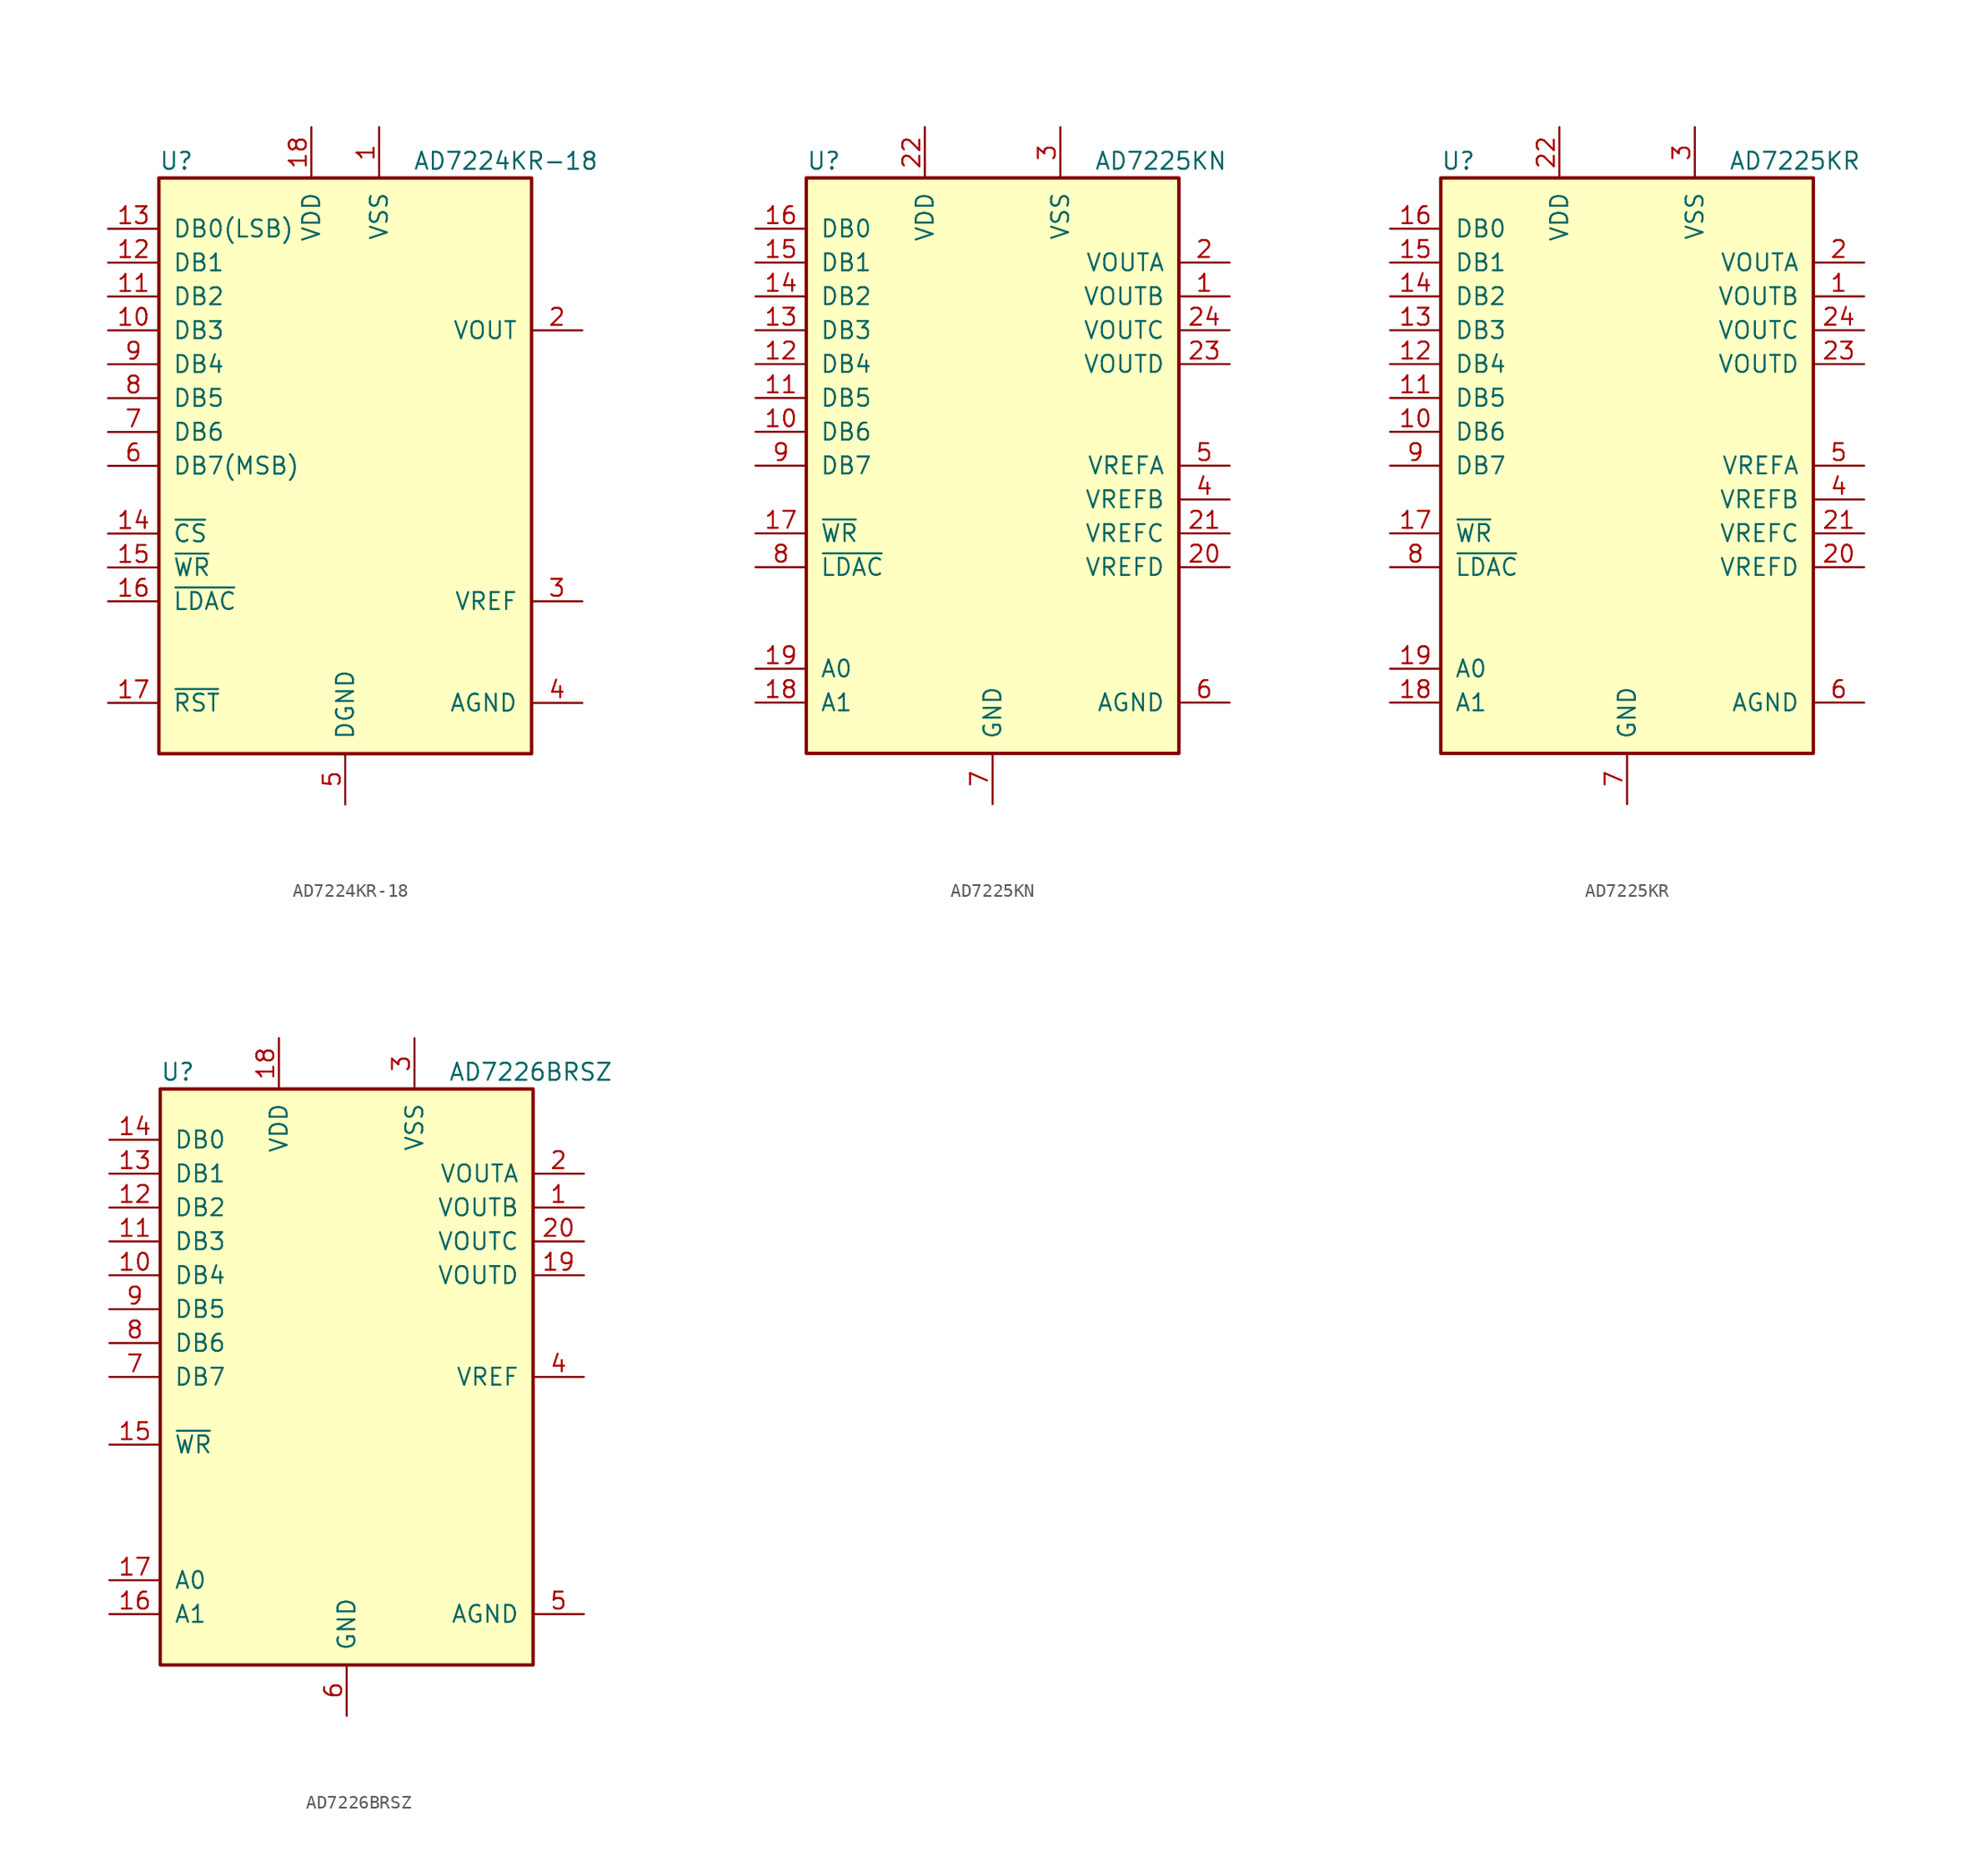
<source format=kicad_sym>
(kicad_symbol_lib
  (version 20211014)
  (generator kicad_symbol_editor)
  (symbol "AD7224KR-18"
    (pin_names
      (offset 1.016))
    (property "Reference" "U"
      (at -13.97 22.86 0)
      (effects (font (size 1.27 1.27)) (justify left)))
    (property "Value" "AD7224KR-18"
      (at 5.08 22.86 0)
      (effects (font (size 1.27 1.27)) (justify left)))
    (symbol "AD7224KR-18_1_1"
      (rectangle (start -13.97 -21.59) (end 13.97 21.59) (stroke (width 0.254) (type default) (color 0 0 0 0)) (fill (type background)))
      (pin power_in line (at 2.54 25.4 270) (length 3.81) (name "VSS" (effects (font (size 1.27 1.27)))) (number "1" (effects (font (size 1.27 1.27)))))
      (pin input line (at -17.78 10.16 0) (length 3.81) (name "DB3" (effects (font (size 1.27 1.27)))) (number "10" (effects (font (size 1.27 1.27)))))
      (pin input line (at -17.78 12.7 0) (length 3.81) (name "DB2" (effects (font (size 1.27 1.27)))) (number "11" (effects (font (size 1.27 1.27)))))
      (pin input line (at -17.78 15.24 0) (length 3.81) (name "DB1" (effects (font (size 1.27 1.27)))) (number "12" (effects (font (size 1.27 1.27)))))
      (pin input line (at -17.78 17.78 0) (length 3.81) (name "DB0(LSB)" (effects (font (size 1.27 1.27)))) (number "13" (effects (font (size 1.27 1.27)))))
      (pin input line (at -17.78 -5.08 0) (length 3.81) (name "~{CS}" (effects (font (size 1.27 1.27)))) (number "14" (effects (font (size 1.27 1.27)))))
      (pin input line (at -17.78 -7.62 0) (length 3.81) (name "~{WR}" (effects (font (size 1.27 1.27)))) (number "15" (effects (font (size 1.27 1.27)))))
      (pin input line (at -17.78 -10.16 0) (length 3.81) (name "~{LDAC}" (effects (font (size 1.27 1.27)))) (number "16" (effects (font (size 1.27 1.27)))))
      (pin input line (at -17.78 -17.78 0) (length 3.81) (name "~{RST}" (effects (font (size 1.27 1.27)))) (number "17" (effects (font (size 1.27 1.27)))))
      (pin power_in line (at -2.54 25.4 270) (length 3.81) (name "VDD" (effects (font (size 1.27 1.27)))) (number "18" (effects (font (size 1.27 1.27)))))
      (pin output line (at 17.78 10.16 180) (length 3.81) (name "VOUT" (effects (font (size 1.27 1.27)))) (number "2" (effects (font (size 1.27 1.27)))))
      (pin passive line (at 17.78 -10.16 180) (length 3.81) (name "VREF" (effects (font (size 1.27 1.27)))) (number "3" (effects (font (size 1.27 1.27)))))
      (pin passive line (at 17.78 -17.78 180) (length 3.81) (name "AGND" (effects (font (size 1.27 1.27)))) (number "4" (effects (font (size 1.27 1.27)))))
      (pin power_in line (at 0 -25.4 90) (length 3.81) (name "DGND" (effects (font (size 1.27 1.27)))) (number "5" (effects (font (size 1.27 1.27)))))
      (pin input line (at -17.78 0 0) (length 3.81) (name "DB7(MSB)" (effects (font (size 1.27 1.27)))) (number "6" (effects (font (size 1.27 1.27)))))
      (pin input line (at -17.78 2.54 0) (length 3.81) (name "DB6" (effects (font (size 1.27 1.27)))) (number "7" (effects (font (size 1.27 1.27)))))
      (pin input line (at -17.78 5.08 0) (length 3.81) (name "DB5" (effects (font (size 1.27 1.27)))) (number "8" (effects (font (size 1.27 1.27)))))
      (pin input line (at -17.78 7.62 0) (length 3.81) (name "DB4" (effects (font (size 1.27 1.27)))) (number "9" (effects (font (size 1.27 1.27)))))))
  (symbol "AD7225KN"
    (pin_names
      (offset 1.016))
    (property "Reference" "U"
      (at -13.97 22.86 0)
      (effects (font (size 1.27 1.27)) (justify left)))
    (property "Value" "AD7225KN"
      (at 7.62 22.86 0)
      (effects (font (size 1.27 1.27)) (justify left)))
    (symbol "AD7225KN_0_1"
      (rectangle (start -13.97 -21.59) (end 13.97 21.59) (stroke (width 0.254) (type default) (color 0 0 0 0)) (fill (type background))))
    (symbol "AD7225KN_1_1"
      (pin output line (at 17.78 12.7 180) (length 3.81) (name "VOUTB" (effects (font (size 1.27 1.27)))) (number "1" (effects (font (size 1.27 1.27)))))
      (pin input line (at -17.78 2.54 0) (length 3.81) (name "DB6" (effects (font (size 1.27 1.27)))) (number "10" (effects (font (size 1.27 1.27)))))
      (pin input line (at -17.78 5.08 0) (length 3.81) (name "DB5" (effects (font (size 1.27 1.27)))) (number "11" (effects (font (size 1.27 1.27)))))
      (pin input line (at -17.78 7.62 0) (length 3.81) (name "DB4" (effects (font (size 1.27 1.27)))) (number "12" (effects (font (size 1.27 1.27)))))
      (pin input line (at -17.78 10.16 0) (length 3.81) (name "DB3" (effects (font (size 1.27 1.27)))) (number "13" (effects (font (size 1.27 1.27)))))
      (pin input line (at -17.78 12.7 0) (length 3.81) (name "DB2" (effects (font (size 1.27 1.27)))) (number "14" (effects (font (size 1.27 1.27)))))
      (pin input line (at -17.78 15.24 0) (length 3.81) (name "DB1" (effects (font (size 1.27 1.27)))) (number "15" (effects (font (size 1.27 1.27)))))
      (pin input line (at -17.78 17.78 0) (length 3.81) (name "DB0" (effects (font (size 1.27 1.27)))) (number "16" (effects (font (size 1.27 1.27)))))
      (pin input line (at -17.78 -5.08 0) (length 3.81) (name "~{WR}" (effects (font (size 1.27 1.27)))) (number "17" (effects (font (size 1.27 1.27)))))
      (pin input line (at -17.78 -17.78 0) (length 3.81) (name "A1" (effects (font (size 1.27 1.27)))) (number "18" (effects (font (size 1.27 1.27)))))
      (pin input line (at -17.78 -15.24 0) (length 3.81) (name "A0" (effects (font (size 1.27 1.27)))) (number "19" (effects (font (size 1.27 1.27)))))
      (pin output line (at 17.78 15.24 180) (length 3.81) (name "VOUTA" (effects (font (size 1.27 1.27)))) (number "2" (effects (font (size 1.27 1.27)))))
      (pin input line (at 17.78 -7.62 180) (length 3.81) (name "VREFD" (effects (font (size 1.27 1.27)))) (number "20" (effects (font (size 1.27 1.27)))))
      (pin input line (at 17.78 -5.08 180) (length 3.81) (name "VREFC" (effects (font (size 1.27 1.27)))) (number "21" (effects (font (size 1.27 1.27)))))
      (pin power_in line (at -5.08 25.4 270) (length 3.81) (name "VDD" (effects (font (size 1.27 1.27)))) (number "22" (effects (font (size 1.27 1.27)))))
      (pin output line (at 17.78 7.62 180) (length 3.81) (name "VOUTD" (effects (font (size 1.27 1.27)))) (number "23" (effects (font (size 1.27 1.27)))))
      (pin output line (at 17.78 10.16 180) (length 3.81) (name "VOUTC" (effects (font (size 1.27 1.27)))) (number "24" (effects (font (size 1.27 1.27)))))
      (pin power_in line (at 5.08 25.4 270) (length 3.81) (name "VSS" (effects (font (size 1.27 1.27)))) (number "3" (effects (font (size 1.27 1.27)))))
      (pin input line (at 17.78 -2.54 180) (length 3.81) (name "VREFB" (effects (font (size 1.27 1.27)))) (number "4" (effects (font (size 1.27 1.27)))))
      (pin input line (at 17.78 0 180) (length 3.81) (name "VREFA" (effects (font (size 1.27 1.27)))) (number "5" (effects (font (size 1.27 1.27)))))
      (pin input line (at 17.78 -17.78 180) (length 3.81) (name "AGND" (effects (font (size 1.27 1.27)))) (number "6" (effects (font (size 1.27 1.27)))))
      (pin power_in line (at 0 -25.4 90) (length 3.81) (name "GND" (effects (font (size 1.27 1.27)))) (number "7" (effects (font (size 1.27 1.27)))))
      (pin input line (at -17.78 -7.62 0) (length 3.81) (name "~{LDAC}" (effects (font (size 1.27 1.27)))) (number "8" (effects (font (size 1.27 1.27)))))
      (pin input line (at -17.78 0 0) (length 3.81) (name "DB7" (effects (font (size 1.27 1.27)))) (number "9" (effects (font (size 1.27 1.27)))))))
  (symbol "AD7225KR"
    (pin_names
      (offset 1.016))
    (property "Reference" "U"
      (at -13.97 22.86 0)
      (effects (font (size 1.27 1.27)) (justify left)))
    (property "Value" "AD7225KR"
      (at 7.62 22.86 0)
      (effects (font (size 1.27 1.27)) (justify left)))
    (symbol "AD7225KR_0_1"
      (rectangle (start -13.97 -21.59) (end 13.97 21.59) (stroke (width 0.254) (type default) (color 0 0 0 0)) (fill (type background))))
    (symbol "AD7225KR_1_1"
      (pin output line (at 17.78 12.7 180) (length 3.81) (name "VOUTB" (effects (font (size 1.27 1.27)))) (number "1" (effects (font (size 1.27 1.27)))))
      (pin input line (at -17.78 2.54 0) (length 3.81) (name "DB6" (effects (font (size 1.27 1.27)))) (number "10" (effects (font (size 1.27 1.27)))))
      (pin input line (at -17.78 5.08 0) (length 3.81) (name "DB5" (effects (font (size 1.27 1.27)))) (number "11" (effects (font (size 1.27 1.27)))))
      (pin input line (at -17.78 7.62 0) (length 3.81) (name "DB4" (effects (font (size 1.27 1.27)))) (number "12" (effects (font (size 1.27 1.27)))))
      (pin input line (at -17.78 10.16 0) (length 3.81) (name "DB3" (effects (font (size 1.27 1.27)))) (number "13" (effects (font (size 1.27 1.27)))))
      (pin input line (at -17.78 12.7 0) (length 3.81) (name "DB2" (effects (font (size 1.27 1.27)))) (number "14" (effects (font (size 1.27 1.27)))))
      (pin input line (at -17.78 15.24 0) (length 3.81) (name "DB1" (effects (font (size 1.27 1.27)))) (number "15" (effects (font (size 1.27 1.27)))))
      (pin input line (at -17.78 17.78 0) (length 3.81) (name "DB0" (effects (font (size 1.27 1.27)))) (number "16" (effects (font (size 1.27 1.27)))))
      (pin input line (at -17.78 -5.08 0) (length 3.81) (name "~{WR}" (effects (font (size 1.27 1.27)))) (number "17" (effects (font (size 1.27 1.27)))))
      (pin input line (at -17.78 -17.78 0) (length 3.81) (name "A1" (effects (font (size 1.27 1.27)))) (number "18" (effects (font (size 1.27 1.27)))))
      (pin input line (at -17.78 -15.24 0) (length 3.81) (name "A0" (effects (font (size 1.27 1.27)))) (number "19" (effects (font (size 1.27 1.27)))))
      (pin output line (at 17.78 15.24 180) (length 3.81) (name "VOUTA" (effects (font (size 1.27 1.27)))) (number "2" (effects (font (size 1.27 1.27)))))
      (pin input line (at 17.78 -7.62 180) (length 3.81) (name "VREFD" (effects (font (size 1.27 1.27)))) (number "20" (effects (font (size 1.27 1.27)))))
      (pin input line (at 17.78 -5.08 180) (length 3.81) (name "VREFC" (effects (font (size 1.27 1.27)))) (number "21" (effects (font (size 1.27 1.27)))))
      (pin power_in line (at -5.08 25.4 270) (length 3.81) (name "VDD" (effects (font (size 1.27 1.27)))) (number "22" (effects (font (size 1.27 1.27)))))
      (pin output line (at 17.78 7.62 180) (length 3.81) (name "VOUTD" (effects (font (size 1.27 1.27)))) (number "23" (effects (font (size 1.27 1.27)))))
      (pin output line (at 17.78 10.16 180) (length 3.81) (name "VOUTC" (effects (font (size 1.27 1.27)))) (number "24" (effects (font (size 1.27 1.27)))))
      (pin power_in line (at 5.08 25.4 270) (length 3.81) (name "VSS" (effects (font (size 1.27 1.27)))) (number "3" (effects (font (size 1.27 1.27)))))
      (pin input line (at 17.78 -2.54 180) (length 3.81) (name "VREFB" (effects (font (size 1.27 1.27)))) (number "4" (effects (font (size 1.27 1.27)))))
      (pin input line (at 17.78 0 180) (length 3.81) (name "VREFA" (effects (font (size 1.27 1.27)))) (number "5" (effects (font (size 1.27 1.27)))))
      (pin input line (at 17.78 -17.78 180) (length 3.81) (name "AGND" (effects (font (size 1.27 1.27)))) (number "6" (effects (font (size 1.27 1.27)))))
      (pin power_in line (at 0 -25.4 90) (length 3.81) (name "GND" (effects (font (size 1.27 1.27)))) (number "7" (effects (font (size 1.27 1.27)))))
      (pin input line (at -17.78 -7.62 0) (length 3.81) (name "~{LDAC}" (effects (font (size 1.27 1.27)))) (number "8" (effects (font (size 1.27 1.27)))))
      (pin input line (at -17.78 0 0) (length 3.81) (name "DB7" (effects (font (size 1.27 1.27)))) (number "9" (effects (font (size 1.27 1.27)))))))
  (symbol "AD7226BRSZ"
    (pin_names
      (offset 1.016))
    (property "Reference" "U"
      (at -13.97 22.86 0)
      (effects (font (size 1.27 1.27)) (justify left)))
    (property "Value" "AD7226BRSZ"
      (at 7.62 22.86 0)
      (effects (font (size 1.27 1.27)) (justify left)))
    (symbol "AD7226BRSZ_0_1"
      (rectangle (start -13.97 -21.59) (end 13.97 21.59) (stroke (width 0.254) (type default) (color 0 0 0 0)) (fill (type background))))
    (symbol "AD7226BRSZ_1_1"
      (pin output line (at 17.78 12.7 180) (length 3.81) (name "VOUTB" (effects (font (size 1.27 1.27)))) (number "1" (effects (font (size 1.27 1.27)))))
      (pin input line (at -17.78 7.62 0) (length 3.81) (name "DB4" (effects (font (size 1.27 1.27)))) (number "10" (effects (font (size 1.27 1.27)))))
      (pin input line (at -17.78 10.16 0) (length 3.81) (name "DB3" (effects (font (size 1.27 1.27)))) (number "11" (effects (font (size 1.27 1.27)))))
      (pin input line (at -17.78 12.7 0) (length 3.81) (name "DB2" (effects (font (size 1.27 1.27)))) (number "12" (effects (font (size 1.27 1.27)))))
      (pin input line (at -17.78 15.24 0) (length 3.81) (name "DB1" (effects (font (size 1.27 1.27)))) (number "13" (effects (font (size 1.27 1.27)))))
      (pin input line (at -17.78 17.78 0) (length 3.81) (name "DB0" (effects (font (size 1.27 1.27)))) (number "14" (effects (font (size 1.27 1.27)))))
      (pin input line (at -17.78 -5.08 0) (length 3.81) (name "~{WR}" (effects (font (size 1.27 1.27)))) (number "15" (effects (font (size 1.27 1.27)))))
      (pin input line (at -17.78 -17.78 0) (length 3.81) (name "A1" (effects (font (size 1.27 1.27)))) (number "16" (effects (font (size 1.27 1.27)))))
      (pin input line (at -17.78 -15.24 0) (length 3.81) (name "A0" (effects (font (size 1.27 1.27)))) (number "17" (effects (font (size 1.27 1.27)))))
      (pin power_in line (at -5.08 25.4 270) (length 3.81) (name "VDD" (effects (font (size 1.27 1.27)))) (number "18" (effects (font (size 1.27 1.27)))))
      (pin output line (at 17.78 7.62 180) (length 3.81) (name "VOUTD" (effects (font (size 1.27 1.27)))) (number "19" (effects (font (size 1.27 1.27)))))
      (pin output line (at 17.78 15.24 180) (length 3.81) (name "VOUTA" (effects (font (size 1.27 1.27)))) (number "2" (effects (font (size 1.27 1.27)))))
      (pin output line (at 17.78 10.16 180) (length 3.81) (name "VOUTC" (effects (font (size 1.27 1.27)))) (number "20" (effects (font (size 1.27 1.27)))))
      (pin power_in line (at 5.08 25.4 270) (length 3.81) (name "VSS" (effects (font (size 1.27 1.27)))) (number "3" (effects (font (size 1.27 1.27)))))
      (pin input line (at 17.78 0 180) (length 3.81) (name "VREF" (effects (font (size 1.27 1.27)))) (number "4" (effects (font (size 1.27 1.27)))))
      (pin input line (at 17.78 -17.78 180) (length 3.81) (name "AGND" (effects (font (size 1.27 1.27)))) (number "5" (effects (font (size 1.27 1.27)))))
      (pin power_in line (at 0 -25.4 90) (length 3.81) (name "GND" (effects (font (size 1.27 1.27)))) (number "6" (effects (font (size 1.27 1.27)))))
      (pin input line (at -17.78 0 0) (length 3.81) (name "DB7" (effects (font (size 1.27 1.27)))) (number "7" (effects (font (size 1.27 1.27)))))
      (pin input line (at -17.78 2.54 0) (length 3.81) (name "DB6" (effects (font (size 1.27 1.27)))) (number "8" (effects (font (size 1.27 1.27)))))
      (pin input line (at -17.78 5.08 0) (length 3.81) (name "DB5" (effects (font (size 1.27 1.27)))) (number "9" (effects (font (size 1.27 1.27))))))))
</source>
